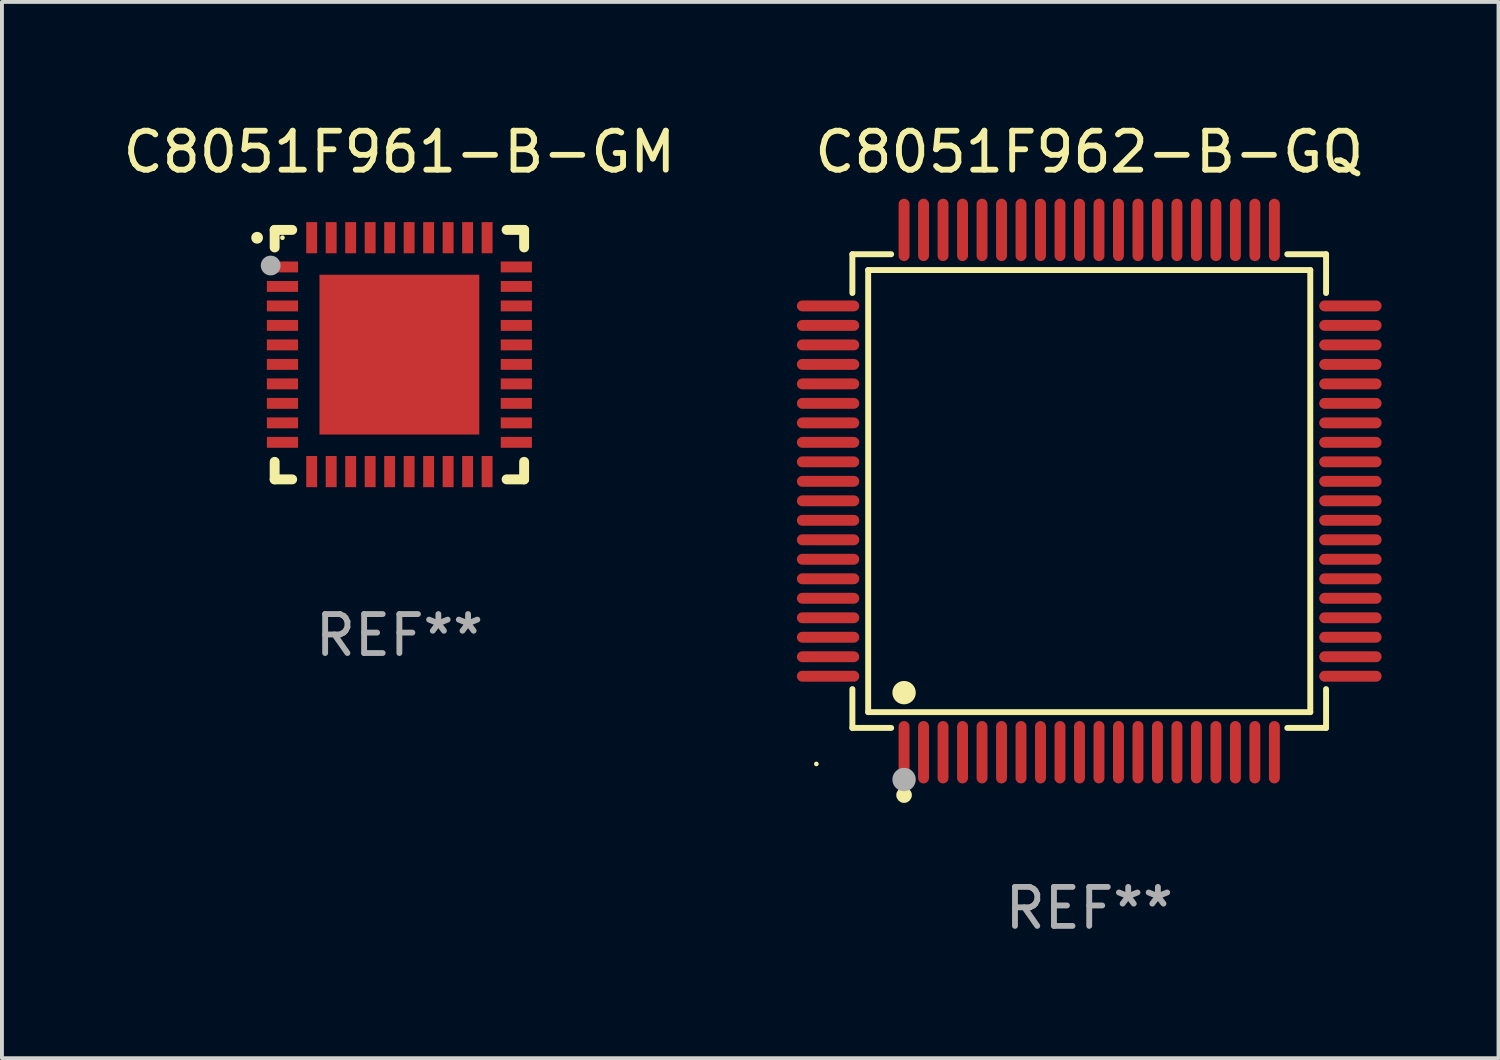
<source format=kicad_pcb>
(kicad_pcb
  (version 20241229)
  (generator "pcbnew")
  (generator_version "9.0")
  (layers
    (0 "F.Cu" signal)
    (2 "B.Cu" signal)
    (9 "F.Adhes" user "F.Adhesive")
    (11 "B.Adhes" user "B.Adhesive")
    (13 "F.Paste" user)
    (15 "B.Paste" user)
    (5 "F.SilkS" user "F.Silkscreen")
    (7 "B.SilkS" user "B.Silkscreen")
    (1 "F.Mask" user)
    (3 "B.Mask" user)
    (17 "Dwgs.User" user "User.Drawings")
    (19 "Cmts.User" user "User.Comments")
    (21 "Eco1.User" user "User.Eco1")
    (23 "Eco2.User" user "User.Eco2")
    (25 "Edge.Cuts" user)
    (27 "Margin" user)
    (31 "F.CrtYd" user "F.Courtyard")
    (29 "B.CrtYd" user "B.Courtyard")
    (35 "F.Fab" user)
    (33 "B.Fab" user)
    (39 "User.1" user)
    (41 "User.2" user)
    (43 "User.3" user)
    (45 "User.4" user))
  (footprint "C8051F962-B-GQ"
    (layer "F.Cu")
    (at 24.893 9.548)
    (property "Reference" "C8051F962-B-GQ" (at 0 -8.7 0) (layer "F.SilkS") (effects (font (size 1 1) (thickness 0.15))))
    (attr through_hole)
    (fp_line (start -6.076 -6.076) (end -5.081 -6.076) (stroke (width 0.152) (type solid)) (layer "F.SilkS"))
    (fp_line (start -6.076 -5.081) (end -6.076 -6.076) (stroke (width 0.152) (type solid)) (layer "F.SilkS"))
    (fp_line (start -6.076 5.081) (end -6.076 6.076) (stroke (width 0.152) (type solid)) (layer "F.SilkS"))
    (fp_line (start -6.076 6.076) (end -5.081 6.076) (stroke (width 0.152) (type solid)) (layer "F.SilkS"))
    (fp_line (start -5.671 -5.671) (end 5.671 -5.671) (stroke (width 0.152) (type solid)) (layer "F.SilkS"))
    (fp_line (start -5.671 5.671) (end -5.671 -5.671) (stroke (width 0.152) (type solid)) (layer "F.SilkS"))
    (fp_line (start 5.671 -5.671) (end 5.671 5.671) (stroke (width 0.152) (type solid)) (layer "F.SilkS"))
    (fp_line (start 5.671 5.671) (end -5.671 5.671) (stroke (width 0.152) (type solid)) (layer "F.SilkS"))
    (fp_line (start 6.076 -6.076) (end 5.081 -6.076) (stroke (width 0.152) (type solid)) (layer "F.SilkS"))
    (fp_line (start 6.076 -5.081) (end 6.076 -6.076) (stroke (width 0.152) (type solid)) (layer "F.SilkS"))
    (fp_line (start 6.076 5.081) (end 6.076 6.076) (stroke (width 0.152) (type solid)) (layer "F.SilkS"))
    (fp_line (start 6.076 6.076) (end 5.081 6.076) (stroke (width 0.152) (type solid)) (layer "F.SilkS"))
    (fp_circle (center -7 7) (end -6.97 7) (stroke (width 0.06) (type solid)) (fill no) (layer "F.SilkS"))
    (fp_circle (center -4.75 5.171) (end -4.6 5.171) (stroke (width 0.3) (type solid)) (fill no) (layer "F.SilkS"))
    (fp_circle (center -4.75 7.8) (end -4.65 7.8) (stroke (width 0.2) (type solid)) (fill no) (layer "F.SilkS"))
    (fp_circle (center -4.75 7.4) (end -4.6 7.4) (stroke (width 0.3) (type solid)) (fill no) (layer "F.Fab"))
    (fp_text user "REF**" (at 0 10.7 0) (layer "F.Fab") (effects (font (size 1 1) (thickness 0.15))))
    (pad "1" smd oval (at -4.75 6.7) (size 0.28 1.6) (layers "F.Cu" "F.Mask" "F.Paste"))
    (pad "2" smd oval (at -4.25 6.7) (size 0.28 1.6) (layers "F.Cu" "F.Mask" "F.Paste"))
    (pad "3" smd oval (at -3.75 6.7) (size 0.28 1.6) (layers "F.Cu" "F.Mask" "F.Paste"))
    (pad "4" smd oval (at -3.25 6.7) (size 0.28 1.6) (layers "F.Cu" "F.Mask" "F.Paste"))
    (pad "5" smd oval (at -2.75 6.7) (size 0.28 1.6) (layers "F.Cu" "F.Mask" "F.Paste"))
    (pad "6" smd oval (at -2.25 6.7) (size 0.28 1.6) (layers "F.Cu" "F.Mask" "F.Paste"))
    (pad "7" smd oval (at -1.75 6.7) (size 0.28 1.6) (layers "F.Cu" "F.Mask" "F.Paste"))
    (pad "8" smd oval (at -1.25 6.7) (size 0.28 1.6) (layers "F.Cu" "F.Mask" "F.Paste"))
    (pad "9" smd oval (at -0.75 6.7) (size 0.28 1.6) (layers "F.Cu" "F.Mask" "F.Paste"))
    (pad "10" smd oval (at -0.25 6.7) (size 0.28 1.6) (layers "F.Cu" "F.Mask" "F.Paste"))
    (pad "11" smd oval (at 0.25 6.7) (size 0.28 1.6) (layers "F.Cu" "F.Mask" "F.Paste"))
    (pad "12" smd oval (at 0.75 6.7) (size 0.28 1.6) (layers "F.Cu" "F.Mask" "F.Paste"))
    (pad "13" smd oval (at 1.25 6.7) (size 0.28 1.6) (layers "F.Cu" "F.Mask" "F.Paste"))
    (pad "14" smd oval (at 1.75 6.7) (size 0.28 1.6) (layers "F.Cu" "F.Mask" "F.Paste"))
    (pad "15" smd oval (at 2.25 6.7) (size 0.28 1.6) (layers "F.Cu" "F.Mask" "F.Paste"))
    (pad "16" smd oval (at 2.75 6.7) (size 0.28 1.6) (layers "F.Cu" "F.Mask" "F.Paste"))
    (pad "17" smd oval (at 3.25 6.7) (size 0.28 1.6) (layers "F.Cu" "F.Mask" "F.Paste"))
    (pad "18" smd oval (at 3.75 6.7) (size 0.28 1.6) (layers "F.Cu" "F.Mask" "F.Paste"))
    (pad "19" smd oval (at 4.25 6.7) (size 0.28 1.6) (layers "F.Cu" "F.Mask" "F.Paste"))
    (pad "20" smd oval (at 4.75 6.7) (size 0.28 1.6) (layers "F.Cu" "F.Mask" "F.Paste"))
    (pad "21" smd oval (at 6.7 4.75) (size 1.6 0.28) (layers "F.Cu" "F.Mask" "F.Paste"))
    (pad "22" smd oval (at 6.7 4.25) (size 1.6 0.28) (layers "F.Cu" "F.Mask" "F.Paste"))
    (pad "23" smd oval (at 6.7 3.75) (size 1.6 0.28) (layers "F.Cu" "F.Mask" "F.Paste"))
    (pad "24" smd oval (at 6.7 3.25) (size 1.6 0.28) (layers "F.Cu" "F.Mask" "F.Paste"))
    (pad "25" smd oval (at 6.7 2.75) (size 1.6 0.28) (layers "F.Cu" "F.Mask" "F.Paste"))
    (pad "26" smd oval (at 6.7 2.25) (size 1.6 0.28) (layers "F.Cu" "F.Mask" "F.Paste"))
    (pad "27" smd oval (at 6.7 1.75) (size 1.6 0.28) (layers "F.Cu" "F.Mask" "F.Paste"))
    (pad "28" smd oval (at 6.7 1.25) (size 1.6 0.28) (layers "F.Cu" "F.Mask" "F.Paste"))
    (pad "29" smd oval (at 6.7 0.75) (size 1.6 0.28) (layers "F.Cu" "F.Mask" "F.Paste"))
    (pad "30" smd oval (at 6.7 0.25) (size 1.6 0.28) (layers "F.Cu" "F.Mask" "F.Paste"))
    (pad "31" smd oval (at 6.7 -0.25) (size 1.6 0.28) (layers "F.Cu" "F.Mask" "F.Paste"))
    (pad "32" smd oval (at 6.7 -0.75) (size 1.6 0.28) (layers "F.Cu" "F.Mask" "F.Paste"))
    (pad "33" smd oval (at 6.7 -1.25) (size 1.6 0.28) (layers "F.Cu" "F.Mask" "F.Paste"))
    (pad "34" smd oval (at 6.7 -1.75) (size 1.6 0.28) (layers "F.Cu" "F.Mask" "F.Paste"))
    (pad "35" smd oval (at 6.7 -2.25) (size 1.6 0.28) (layers "F.Cu" "F.Mask" "F.Paste"))
    (pad "36" smd oval (at 6.7 -2.75) (size 1.6 0.28) (layers "F.Cu" "F.Mask" "F.Paste"))
    (pad "37" smd oval (at 6.7 -3.25) (size 1.6 0.28) (layers "F.Cu" "F.Mask" "F.Paste"))
    (pad "38" smd oval (at 6.7 -3.75) (size 1.6 0.28) (layers "F.Cu" "F.Mask" "F.Paste"))
    (pad "39" smd oval (at 6.7 -4.25) (size 1.6 0.28) (layers "F.Cu" "F.Mask" "F.Paste"))
    (pad "40" smd oval (at 6.7 -4.75) (size 1.6 0.28) (layers "F.Cu" "F.Mask" "F.Paste"))
    (pad "41" smd oval (at 4.75 -6.7) (size 0.28 1.6) (layers "F.Cu" "F.Mask" "F.Paste"))
    (pad "42" smd oval (at 4.25 -6.7) (size 0.28 1.6) (layers "F.Cu" "F.Mask" "F.Paste"))
    (pad "43" smd oval (at 3.75 -6.7) (size 0.28 1.6) (layers "F.Cu" "F.Mask" "F.Paste"))
    (pad "44" smd oval (at 3.25 -6.7) (size 0.28 1.6) (layers "F.Cu" "F.Mask" "F.Paste"))
    (pad "45" smd oval (at 2.75 -6.7) (size 0.28 1.6) (layers "F.Cu" "F.Mask" "F.Paste"))
    (pad "46" smd oval (at 2.25 -6.7) (size 0.28 1.6) (layers "F.Cu" "F.Mask" "F.Paste"))
    (pad "47" smd oval (at 1.75 -6.7) (size 0.28 1.6) (layers "F.Cu" "F.Mask" "F.Paste"))
    (pad "48" smd oval (at 1.25 -6.7) (size 0.28 1.6) (layers "F.Cu" "F.Mask" "F.Paste"))
    (pad "49" smd oval (at 0.75 -6.7) (size 0.28 1.6) (layers "F.Cu" "F.Mask" "F.Paste"))
    (pad "50" smd oval (at 0.25 -6.7) (size 0.28 1.6) (layers "F.Cu" "F.Mask" "F.Paste"))
    (pad "51" smd oval (at -0.25 -6.7) (size 0.28 1.6) (layers "F.Cu" "F.Mask" "F.Paste"))
    (pad "52" smd oval (at -0.75 -6.7) (size 0.28 1.6) (layers "F.Cu" "F.Mask" "F.Paste"))
    (pad "53" smd oval (at -1.25 -6.7) (size 0.28 1.6) (layers "F.Cu" "F.Mask" "F.Paste"))
    (pad "54" smd oval (at -1.75 -6.7) (size 0.28 1.6) (layers "F.Cu" "F.Mask" "F.Paste"))
    (pad "55" smd oval (at -2.25 -6.7) (size 0.28 1.6) (layers "F.Cu" "F.Mask" "F.Paste"))
    (pad "56" smd oval (at -2.75 -6.7) (size 0.28 1.6) (layers "F.Cu" "F.Mask" "F.Paste"))
    (pad "57" smd oval (at -3.25 -6.7) (size 0.28 1.6) (layers "F.Cu" "F.Mask" "F.Paste"))
    (pad "58" smd oval (at -3.75 -6.7) (size 0.28 1.6) (layers "F.Cu" "F.Mask" "F.Paste"))
    (pad "59" smd oval (at -4.25 -6.7) (size 0.28 1.6) (layers "F.Cu" "F.Mask" "F.Paste"))
    (pad "60" smd oval (at -4.75 -6.7) (size 0.28 1.6) (layers "F.Cu" "F.Mask" "F.Paste"))
    (pad "61" smd oval (at -6.7 -4.75) (size 1.6 0.28) (layers "F.Cu" "F.Mask" "F.Paste"))
    (pad "62" smd oval (at -6.7 -4.25) (size 1.6 0.28) (layers "F.Cu" "F.Mask" "F.Paste"))
    (pad "63" smd oval (at -6.7 -3.75) (size 1.6 0.28) (layers "F.Cu" "F.Mask" "F.Paste"))
    (pad "64" smd oval (at -6.7 -3.25) (size 1.6 0.28) (layers "F.Cu" "F.Mask" "F.Paste"))
    (pad "65" smd oval (at -6.7 -2.75) (size 1.6 0.28) (layers "F.Cu" "F.Mask" "F.Paste"))
    (pad "66" smd oval (at -6.7 -2.25) (size 1.6 0.28) (layers "F.Cu" "F.Mask" "F.Paste"))
    (pad "67" smd oval (at -6.7 -1.75) (size 1.6 0.28) (layers "F.Cu" "F.Mask" "F.Paste"))
    (pad "68" smd oval (at -6.7 -1.25) (size 1.6 0.28) (layers "F.Cu" "F.Mask" "F.Paste"))
    (pad "69" smd oval (at -6.7 -0.75) (size 1.6 0.28) (layers "F.Cu" "F.Mask" "F.Paste"))
    (pad "70" smd oval (at -6.7 -0.25) (size 1.6 0.28) (layers "F.Cu" "F.Mask" "F.Paste"))
    (pad "71" smd oval (at -6.7 0.25) (size 1.6 0.28) (layers "F.Cu" "F.Mask" "F.Paste"))
    (pad "72" smd oval (at -6.7 0.75) (size 1.6 0.28) (layers "F.Cu" "F.Mask" "F.Paste"))
    (pad "73" smd oval (at -6.7 1.25) (size 1.6 0.28) (layers "F.Cu" "F.Mask" "F.Paste"))
    (pad "74" smd oval (at -6.7 1.75) (size 1.6 0.28) (layers "F.Cu" "F.Mask" "F.Paste"))
    (pad "75" smd oval (at -6.7 2.25) (size 1.6 0.28) (layers "F.Cu" "F.Mask" "F.Paste"))
    (pad "76" smd oval (at -6.7 2.75) (size 1.6 0.28) (layers "F.Cu" "F.Mask" "F.Paste"))
    (pad "77" smd oval (at -6.7 3.25) (size 1.6 0.28) (layers "F.Cu" "F.Mask" "F.Paste"))
    (pad "78" smd oval (at -6.7 3.75) (size 1.6 0.28) (layers "F.Cu" "F.Mask" "F.Paste"))
    (pad "79" smd oval (at -6.7 4.25) (size 1.6 0.28) (layers "F.Cu" "F.Mask" "F.Paste"))
    (pad "80" smd oval (at -6.7 4.75) (size 1.6 0.28) (layers "F.Cu" "F.Mask" "F.Paste")))
  (footprint "C8051F961-B-GM"
    (layer "F.Cu")
    (at 7.196 6.048)
    (property "Reference" "C8051F961-B-GM" (at 0 -5.2 0) (layer "F.SilkS") (effects (font (size 1 1) (thickness 0.15))))
    (attr through_hole)
    (fp_line (start -3.2 -3.2) (end -2.75 -3.2) (stroke (width 0.254) (type solid)) (layer "F.SilkS"))
    (fp_line (start -3.2 -2.75) (end -3.2 -3.2) (stroke (width 0.254) (type solid)) (layer "F.SilkS"))
    (fp_line (start -3.2 3.2) (end -3.2 2.75) (stroke (width 0.254) (type solid)) (layer "F.SilkS"))
    (fp_line (start -2.75 3.2) (end -3.2 3.2) (stroke (width 0.254) (type solid)) (layer "F.SilkS"))
    (fp_line (start 2.75 3.2) (end 3.2 3.2) (stroke (width 0.254) (type solid)) (layer "F.SilkS"))
    (fp_line (start 3.2 -3.2) (end 2.75 -3.2) (stroke (width 0.254) (type solid)) (layer "F.SilkS"))
    (fp_line (start 3.2 -2.75) (end 3.2 -3.2) (stroke (width 0.254) (type solid)) (layer "F.SilkS"))
    (fp_line (start 3.2 3.2) (end 3.2 2.75) (stroke (width 0.254) (type solid)) (layer "F.SilkS"))
    (fp_arc (start -3.649987 -2.997206) (mid -3.649992 -2.998476) (end -3.649987 -2.999746) (stroke (width 0.3) (type solid)) (layer "F.SilkS"))
    (fp_circle (center -3 -3) (end -2.97 -3) (stroke (width 0.06) (type solid)) (fill no) (layer "F.SilkS"))
    (fp_circle (center -3.302 -2.286) (end -3.175 -2.286) (stroke (width 0.254) (type solid)) (fill no) (layer "F.Fab"))
    (fp_text user "REF**" (at 0 7.2 0) (layer "F.Fab") (effects (font (size 1 1) (thickness 0.15))))
    (pad "1" smd rect (at -3 -2.25 90) (size 0.28 0.8) (layers "F.Cu" "F.Mask" "F.Paste"))
    (pad "2" smd rect (at -3 -1.75 90) (size 0.28 0.8) (layers "F.Cu" "F.Mask" "F.Paste"))
    (pad "3" smd rect (at -3 -1.25 90) (size 0.28 0.8) (layers "F.Cu" "F.Mask" "F.Paste"))
    (pad "4" smd rect (at -3 -0.75 90) (size 0.28 0.8) (layers "F.Cu" "F.Mask" "F.Paste"))
    (pad "5" smd rect (at -3 -0.25 90) (size 0.28 0.8) (layers "F.Cu" "F.Mask" "F.Paste"))
    (pad "6" smd rect (at -3 0.25 90) (size 0.28 0.8) (layers "F.Cu" "F.Mask" "F.Paste"))
    (pad "7" smd rect (at -3 0.75 90) (size 0.28 0.8) (layers "F.Cu" "F.Mask" "F.Paste"))
    (pad "8" smd rect (at -3 1.25 90) (size 0.28 0.8) (layers "F.Cu" "F.Mask" "F.Paste"))
    (pad "9" smd rect (at -3 1.75 90) (size 0.28 0.8) (layers "F.Cu" "F.Mask" "F.Paste"))
    (pad "10" smd rect (at -3 2.25 90) (size 0.28 0.8) (layers "F.Cu" "F.Mask" "F.Paste"))
    (pad "11" smd rect (at -2.25 3) (size 0.28 0.8) (layers "F.Cu" "F.Mask" "F.Paste"))
    (pad "12" smd rect (at -1.75 3) (size 0.28 0.8) (layers "F.Cu" "F.Mask" "F.Paste"))
    (pad "13" smd rect (at -1.25 3) (size 0.28 0.8) (layers "F.Cu" "F.Mask" "F.Paste"))
    (pad "14" smd rect (at -0.75 3) (size 0.28 0.8) (layers "F.Cu" "F.Mask" "F.Paste"))
    (pad "15" smd rect (at -0.25 3) (size 0.28 0.8) (layers "F.Cu" "F.Mask" "F.Paste"))
    (pad "16" smd rect (at 0.25 3) (size 0.28 0.8) (layers "F.Cu" "F.Mask" "F.Paste"))
    (pad "17" smd rect (at 0.75 3) (size 0.28 0.8) (layers "F.Cu" "F.Mask" "F.Paste"))
    (pad "18" smd rect (at 1.25 3) (size 0.28 0.8) (layers "F.Cu" "F.Mask" "F.Paste"))
    (pad "19" smd rect (at 1.75 3) (size 0.28 0.8) (layers "F.Cu" "F.Mask" "F.Paste"))
    (pad "20" smd rect (at 2.25 3) (size 0.28 0.8) (layers "F.Cu" "F.Mask" "F.Paste"))
    (pad "21" smd rect (at 3 2.25 90) (size 0.28 0.8) (layers "F.Cu" "F.Mask" "F.Paste"))
    (pad "22" smd rect (at 3 1.75 90) (size 0.28 0.8) (layers "F.Cu" "F.Mask" "F.Paste"))
    (pad "23" smd rect (at 3 1.25 90) (size 0.28 0.8) (layers "F.Cu" "F.Mask" "F.Paste"))
    (pad "24" smd rect (at 3 0.75 90) (size 0.28 0.8) (layers "F.Cu" "F.Mask" "F.Paste"))
    (pad "25" smd rect (at 3 0.25 90) (size 0.28 0.8) (layers "F.Cu" "F.Mask" "F.Paste"))
    (pad "26" smd rect (at 3 -0.25 90) (size 0.28 0.8) (layers "F.Cu" "F.Mask" "F.Paste"))
    (pad "27" smd rect (at 3 -0.75 90) (size 0.28 0.8) (layers "F.Cu" "F.Mask" "F.Paste"))
    (pad "28" smd rect (at 3 -1.25 90) (size 0.28 0.8) (layers "F.Cu" "F.Mask" "F.Paste"))
    (pad "29" smd rect (at 3 -1.75 90) (size 0.28 0.8) (layers "F.Cu" "F.Mask" "F.Paste"))
    (pad "30" smd rect (at 3 -2.25 90) (size 0.28 0.8) (layers "F.Cu" "F.Mask" "F.Paste"))
    (pad "31" smd rect (at 2.25 -3) (size 0.28 0.8) (layers "F.Cu" "F.Mask" "F.Paste"))
    (pad "32" smd rect (at 1.75 -3) (size 0.28 0.8) (layers "F.Cu" "F.Mask" "F.Paste"))
    (pad "33" smd rect (at 1.25 -3) (size 0.28 0.8) (layers "F.Cu" "F.Mask" "F.Paste"))
    (pad "34" smd rect (at 0.75 -3) (size 0.28 0.8) (layers "F.Cu" "F.Mask" "F.Paste"))
    (pad "35" smd rect (at 0.25 -3) (size 0.28 0.8) (layers "F.Cu" "F.Mask" "F.Paste"))
    (pad "36" smd rect (at -0.25 -3) (size 0.28 0.8) (layers "F.Cu" "F.Mask" "F.Paste"))
    (pad "37" smd rect (at -0.75 -3) (size 0.28 0.8) (layers "F.Cu" "F.Mask" "F.Paste"))
    (pad "38" smd rect (at -1.25 -3) (size 0.28 0.8) (layers "F.Cu" "F.Mask" "F.Paste"))
    (pad "39" smd rect (at -1.75 -3) (size 0.28 0.8) (layers "F.Cu" "F.Mask" "F.Paste"))
    (pad "40" smd rect (at -2.25 -3) (size 0.28 0.8) (layers "F.Cu" "F.Mask" "F.Paste"))
    (pad "41" smd rect (at 0 0) (size 4.1 4.1) (layers "F.Cu" "F.Mask" "F.Paste")))
  (gr_rect
    (start -3 -3)
    (end 35.393 24.097)
    (stroke (width 0.1) (type default))
    (fill no)
    (layer "Edge.Cuts")))
</source>
